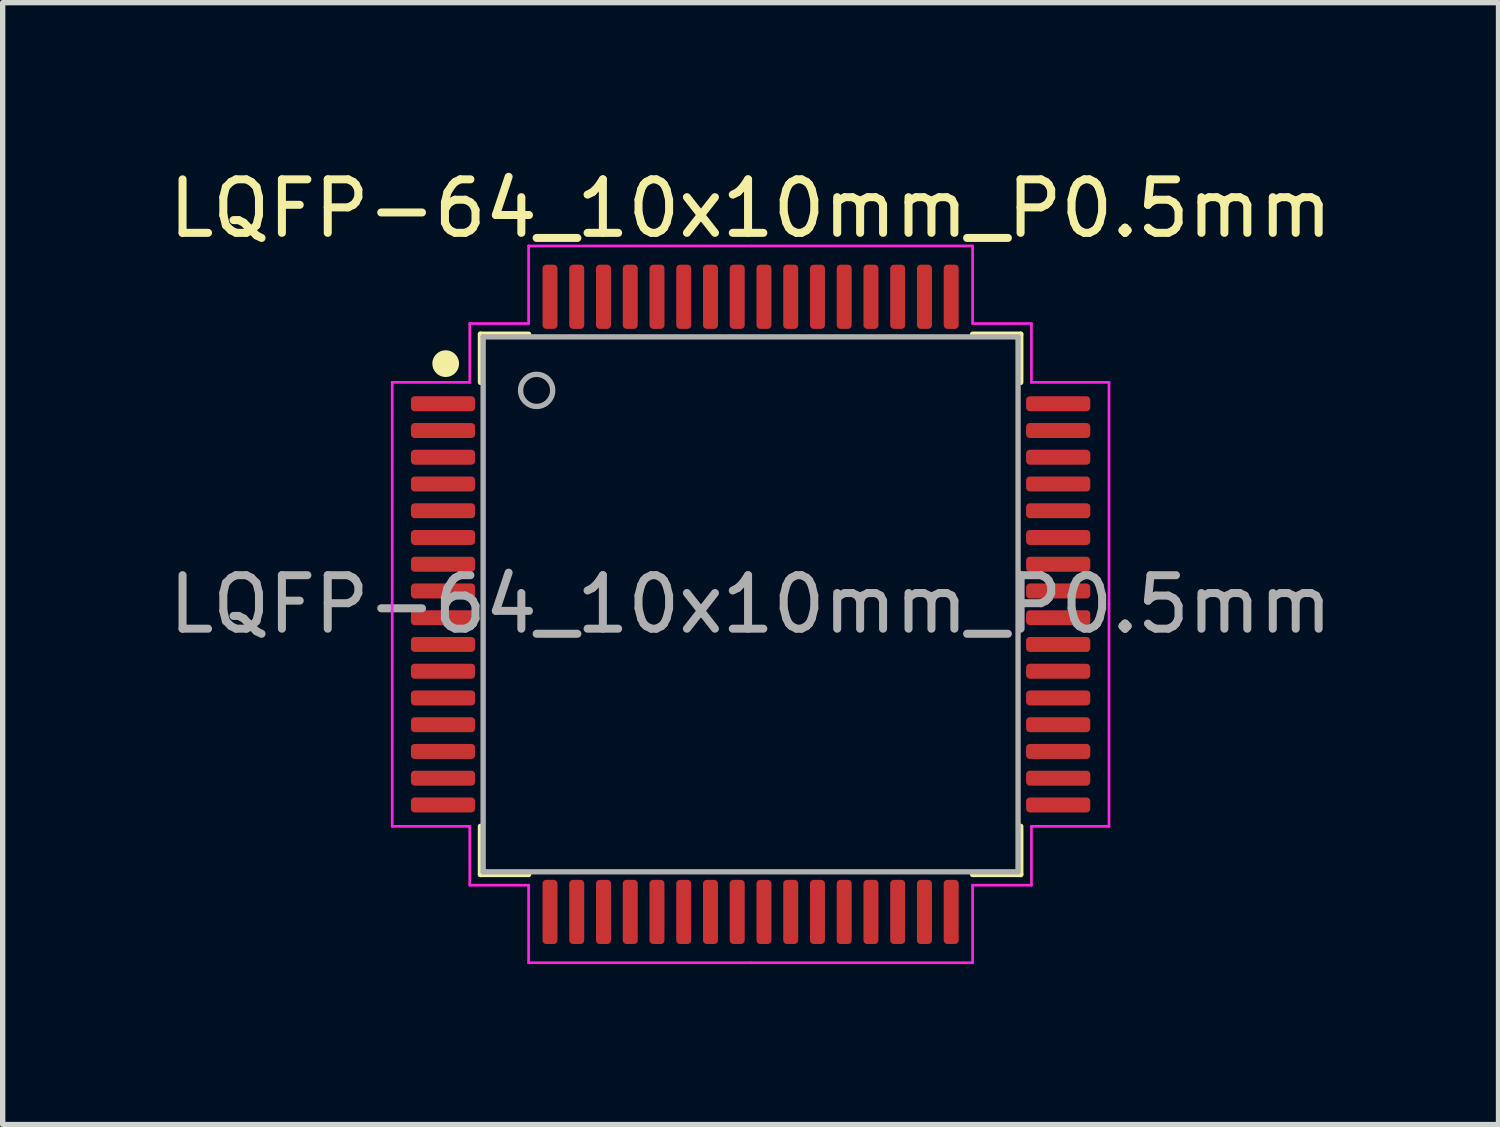
<source format=kicad_pcb>
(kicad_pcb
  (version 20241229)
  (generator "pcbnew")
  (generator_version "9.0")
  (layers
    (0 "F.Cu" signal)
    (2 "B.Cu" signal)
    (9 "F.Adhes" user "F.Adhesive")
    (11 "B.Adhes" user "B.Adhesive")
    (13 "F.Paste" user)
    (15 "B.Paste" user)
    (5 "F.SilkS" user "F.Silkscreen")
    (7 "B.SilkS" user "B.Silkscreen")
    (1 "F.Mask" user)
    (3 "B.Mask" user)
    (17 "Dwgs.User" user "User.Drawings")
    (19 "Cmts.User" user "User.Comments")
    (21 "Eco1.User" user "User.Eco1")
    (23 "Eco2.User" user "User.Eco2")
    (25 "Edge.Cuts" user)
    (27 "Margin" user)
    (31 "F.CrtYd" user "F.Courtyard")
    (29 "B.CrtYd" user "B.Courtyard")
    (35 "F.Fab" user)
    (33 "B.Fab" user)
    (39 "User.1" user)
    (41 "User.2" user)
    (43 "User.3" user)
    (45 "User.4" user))
  (footprint "LQFP-64_10x10mm_P0.5mm"
    (layer "F.Cu")
    (at 10.982 8.248)
    (property "Reference" "LQFP-64_10x10mm_P0.5mm" (at 0 -7.4 0) (layer "F.SilkS") (effects (font (size 1 1) (thickness 0.15))))
    (attr smd)
    (fp_line (start -5.05 -5.05) (end -5.05 -4.15) (stroke (width 0.1) (type default)) (layer "F.SilkS"))
    (fp_line (start -5.05 -5.05) (end -4.15 -5.05) (stroke (width 0.1) (type default)) (layer "F.SilkS"))
    (fp_line (start -5.05 5.05) (end -5.05 4.15) (stroke (width 0.1) (type default)) (layer "F.SilkS"))
    (fp_line (start -5.05 5.05) (end -4.15 5.05) (stroke (width 0.1) (type default)) (layer "F.SilkS"))
    (fp_line (start 5.05 -5.05) (end 4.15 -5.05) (stroke (width 0.1) (type default)) (layer "F.SilkS"))
    (fp_line (start 5.05 -5.05) (end 5.05 -4.15) (stroke (width 0.1) (type default)) (layer "F.SilkS"))
    (fp_line (start 5.05 5.05) (end 4.15 5.05) (stroke (width 0.1) (type default)) (layer "F.SilkS"))
    (fp_line (start 5.05 5.05) (end 5.05 4.15) (stroke (width 0.1) (type default)) (layer "F.SilkS"))
    (fp_circle (center -5.7 -4.5) (end -5.5 -4.5) (stroke (width 0.1) (type solid)) (fill yes) (layer "F.SilkS"))
    (fp_line (start -6.7 -4.15) (end -6.7 0) (stroke (width 0.05) (type solid)) (layer "F.CrtYd"))
    (fp_line (start -6.7 4.15) (end -6.7 0) (stroke (width 0.05) (type solid)) (layer "F.CrtYd"))
    (fp_line (start -5.25 -5.25) (end -5.25 -4.15) (stroke (width 0.05) (type solid)) (layer "F.CrtYd"))
    (fp_line (start -5.25 -4.15) (end -6.7 -4.15) (stroke (width 0.05) (type solid)) (layer "F.CrtYd"))
    (fp_line (start -5.25 4.15) (end -6.7 4.15) (stroke (width 0.05) (type solid)) (layer "F.CrtYd"))
    (fp_line (start -5.25 5.25) (end -5.25 4.15) (stroke (width 0.05) (type solid)) (layer "F.CrtYd"))
    (fp_line (start -4.15 -6.7) (end -4.15 -5.25) (stroke (width 0.05) (type solid)) (layer "F.CrtYd"))
    (fp_line (start -4.15 -5.25) (end -5.25 -5.25) (stroke (width 0.05) (type solid)) (layer "F.CrtYd"))
    (fp_line (start -4.15 5.25) (end -5.25 5.25) (stroke (width 0.05) (type solid)) (layer "F.CrtYd"))
    (fp_line (start -4.15 6.7) (end -4.15 5.25) (stroke (width 0.05) (type solid)) (layer "F.CrtYd"))
    (fp_line (start 0 -6.7) (end -4.15 -6.7) (stroke (width 0.05) (type solid)) (layer "F.CrtYd"))
    (fp_line (start 0 -6.7) (end 4.15 -6.7) (stroke (width 0.05) (type solid)) (layer "F.CrtYd"))
    (fp_line (start 0 6.7) (end -4.15 6.7) (stroke (width 0.05) (type solid)) (layer "F.CrtYd"))
    (fp_line (start 0 6.7) (end 4.15 6.7) (stroke (width 0.05) (type solid)) (layer "F.CrtYd"))
    (fp_line (start 4.15 -6.7) (end 4.15 -5.25) (stroke (width 0.05) (type solid)) (layer "F.CrtYd"))
    (fp_line (start 4.15 -5.25) (end 5.25 -5.25) (stroke (width 0.05) (type solid)) (layer "F.CrtYd"))
    (fp_line (start 4.15 5.25) (end 5.25 5.25) (stroke (width 0.05) (type solid)) (layer "F.CrtYd"))
    (fp_line (start 4.15 6.7) (end 4.15 5.25) (stroke (width 0.05) (type solid)) (layer "F.CrtYd"))
    (fp_line (start 5.25 -5.25) (end 5.25 -4.15) (stroke (width 0.05) (type solid)) (layer "F.CrtYd"))
    (fp_line (start 5.25 -4.15) (end 6.7 -4.15) (stroke (width 0.05) (type solid)) (layer "F.CrtYd"))
    (fp_line (start 5.25 4.15) (end 6.7 4.15) (stroke (width 0.05) (type solid)) (layer "F.CrtYd"))
    (fp_line (start 5.25 5.25) (end 5.25 4.15) (stroke (width 0.05) (type solid)) (layer "F.CrtYd"))
    (fp_line (start 6.7 -4.15) (end 6.7 0) (stroke (width 0.05) (type solid)) (layer "F.CrtYd"))
    (fp_line (start 6.7 4.15) (end 6.7 0) (stroke (width 0.05) (type solid)) (layer "F.CrtYd"))
    (fp_line (start -5 -5) (end 5 -5) (stroke (width 0.1) (type solid)) (layer "F.Fab"))
    (fp_line (start -5 5) (end -5 -5) (stroke (width 0.1) (type solid)) (layer "F.Fab"))
    (fp_line (start 5 -5) (end 5 5) (stroke (width 0.1) (type solid)) (layer "F.Fab"))
    (fp_line (start 5 5) (end -5 5) (stroke (width 0.1) (type solid)) (layer "F.Fab"))
    (fp_circle (center -4 -4) (end -3.7 -4) (stroke (width 0.1) (type solid)) (fill no) (layer "F.Fab"))
    (fp_text user "${REFERENCE}" (at 0 0 0) (layer "F.Fab") (effects (font (size 1 1) (thickness 0.15))))
    (pad "1" smd roundrect (at -5.75 -3.75) (size 1.2 0.28) (layers "F.Cu" "F.Mask" "F.Paste") (roundrect_rratio 0.25))
    (pad "2" smd roundrect (at -5.75 -3.25) (size 1.2 0.28) (layers "F.Cu" "F.Mask" "F.Paste") (roundrect_rratio 0.25))
    (pad "3" smd roundrect (at -5.75 -2.75) (size 1.2 0.28) (layers "F.Cu" "F.Mask" "F.Paste") (roundrect_rratio 0.25))
    (pad "4" smd roundrect (at -5.75 -2.25) (size 1.2 0.28) (layers "F.Cu" "F.Mask" "F.Paste") (roundrect_rratio 0.25))
    (pad "5" smd roundrect (at -5.75 -1.75) (size 1.2 0.28) (layers "F.Cu" "F.Mask" "F.Paste") (roundrect_rratio 0.25))
    (pad "6" smd roundrect (at -5.75 -1.25) (size 1.2 0.28) (layers "F.Cu" "F.Mask" "F.Paste") (roundrect_rratio 0.25))
    (pad "7" smd roundrect (at -5.75 -0.75) (size 1.2 0.28) (layers "F.Cu" "F.Mask" "F.Paste") (roundrect_rratio 0.25))
    (pad "8" smd roundrect (at -5.75 -0.25) (size 1.2 0.28) (layers "F.Cu" "F.Mask" "F.Paste") (roundrect_rratio 0.25))
    (pad "9" smd roundrect (at -5.75 0.25) (size 1.2 0.28) (layers "F.Cu" "F.Mask" "F.Paste") (roundrect_rratio 0.25))
    (pad "10" smd roundrect (at -5.75 0.75) (size 1.2 0.28) (layers "F.Cu" "F.Mask" "F.Paste") (roundrect_rratio 0.25))
    (pad "11" smd roundrect (at -5.75 1.25) (size 1.2 0.28) (layers "F.Cu" "F.Mask" "F.Paste") (roundrect_rratio 0.25))
    (pad "12" smd roundrect (at -5.75 1.75) (size 1.2 0.28) (layers "F.Cu" "F.Mask" "F.Paste") (roundrect_rratio 0.25))
    (pad "13" smd roundrect (at -5.75 2.25) (size 1.2 0.28) (layers "F.Cu" "F.Mask" "F.Paste") (roundrect_rratio 0.25))
    (pad "14" smd roundrect (at -5.75 2.75) (size 1.2 0.28) (layers "F.Cu" "F.Mask" "F.Paste") (roundrect_rratio 0.25))
    (pad "15" smd roundrect (at -5.75 3.25) (size 1.2 0.28) (layers "F.Cu" "F.Mask" "F.Paste") (roundrect_rratio 0.25))
    (pad "16" smd roundrect (at -5.75 3.75) (size 1.2 0.28) (layers "F.Cu" "F.Mask" "F.Paste") (roundrect_rratio 0.25))
    (pad "17" smd roundrect (at -3.75 5.75) (size 0.28 1.2) (layers "F.Cu" "F.Mask" "F.Paste") (roundrect_rratio 0.25))
    (pad "18" smd roundrect (at -3.25 5.75) (size 0.28 1.2) (layers "F.Cu" "F.Mask" "F.Paste") (roundrect_rratio 0.25))
    (pad "19" smd roundrect (at -2.75 5.75) (size 0.28 1.2) (layers "F.Cu" "F.Mask" "F.Paste") (roundrect_rratio 0.25))
    (pad "20" smd roundrect (at -2.25 5.75) (size 0.28 1.2) (layers "F.Cu" "F.Mask" "F.Paste") (roundrect_rratio 0.25))
    (pad "21" smd roundrect (at -1.75 5.75) (size 0.28 1.2) (layers "F.Cu" "F.Mask" "F.Paste") (roundrect_rratio 0.25))
    (pad "22" smd roundrect (at -1.25 5.75) (size 0.28 1.2) (layers "F.Cu" "F.Mask" "F.Paste") (roundrect_rratio 0.25))
    (pad "23" smd roundrect (at -0.75 5.75) (size 0.28 1.2) (layers "F.Cu" "F.Mask" "F.Paste") (roundrect_rratio 0.25))
    (pad "24" smd roundrect (at -0.25 5.75) (size 0.28 1.2) (layers "F.Cu" "F.Mask" "F.Paste") (roundrect_rratio 0.25))
    (pad "25" smd roundrect (at 0.25 5.75) (size 0.28 1.2) (layers "F.Cu" "F.Mask" "F.Paste") (roundrect_rratio 0.25))
    (pad "26" smd roundrect (at 0.75 5.75) (size 0.28 1.2) (layers "F.Cu" "F.Mask" "F.Paste") (roundrect_rratio 0.25))
    (pad "27" smd roundrect (at 1.25 5.75) (size 0.28 1.2) (layers "F.Cu" "F.Mask" "F.Paste") (roundrect_rratio 0.25))
    (pad "28" smd roundrect (at 1.75 5.75) (size 0.28 1.2) (layers "F.Cu" "F.Mask" "F.Paste") (roundrect_rratio 0.25))
    (pad "29" smd roundrect (at 2.25 5.75) (size 0.28 1.2) (layers "F.Cu" "F.Mask" "F.Paste") (roundrect_rratio 0.25))
    (pad "30" smd roundrect (at 2.75 5.75) (size 0.28 1.2) (layers "F.Cu" "F.Mask" "F.Paste") (roundrect_rratio 0.25))
    (pad "31" smd roundrect (at 3.25 5.75) (size 0.28 1.2) (layers "F.Cu" "F.Mask" "F.Paste") (roundrect_rratio 0.25))
    (pad "32" smd roundrect (at 3.75 5.75) (size 0.28 1.2) (layers "F.Cu" "F.Mask" "F.Paste") (roundrect_rratio 0.25))
    (pad "33" smd roundrect (at 5.75 3.75) (size 1.2 0.28) (layers "F.Cu" "F.Mask" "F.Paste") (roundrect_rratio 0.25))
    (pad "34" smd roundrect (at 5.75 3.25) (size 1.2 0.28) (layers "F.Cu" "F.Mask" "F.Paste") (roundrect_rratio 0.25))
    (pad "35" smd roundrect (at 5.75 2.75) (size 1.2 0.28) (layers "F.Cu" "F.Mask" "F.Paste") (roundrect_rratio 0.25))
    (pad "36" smd roundrect (at 5.75 2.25) (size 1.2 0.28) (layers "F.Cu" "F.Mask" "F.Paste") (roundrect_rratio 0.25))
    (pad "37" smd roundrect (at 5.75 1.75) (size 1.2 0.28) (layers "F.Cu" "F.Mask" "F.Paste") (roundrect_rratio 0.25))
    (pad "38" smd roundrect (at 5.75 1.25) (size 1.2 0.28) (layers "F.Cu" "F.Mask" "F.Paste") (roundrect_rratio 0.25))
    (pad "39" smd roundrect (at 5.75 0.75) (size 1.2 0.28) (layers "F.Cu" "F.Mask" "F.Paste") (roundrect_rratio 0.25))
    (pad "40" smd roundrect (at 5.75 0.25) (size 1.2 0.28) (layers "F.Cu" "F.Mask" "F.Paste") (roundrect_rratio 0.25))
    (pad "41" smd roundrect (at 5.75 -0.25) (size 1.2 0.28) (layers "F.Cu" "F.Mask" "F.Paste") (roundrect_rratio 0.25))
    (pad "42" smd roundrect (at 5.75 -0.75) (size 1.2 0.28) (layers "F.Cu" "F.Mask" "F.Paste") (roundrect_rratio 0.25))
    (pad "43" smd roundrect (at 5.75 -1.25) (size 1.2 0.28) (layers "F.Cu" "F.Mask" "F.Paste") (roundrect_rratio 0.25))
    (pad "44" smd roundrect (at 5.75 -1.75) (size 1.2 0.28) (layers "F.Cu" "F.Mask" "F.Paste") (roundrect_rratio 0.25))
    (pad "45" smd roundrect (at 5.75 -2.25) (size 1.2 0.28) (layers "F.Cu" "F.Mask" "F.Paste") (roundrect_rratio 0.25))
    (pad "46" smd roundrect (at 5.75 -2.75) (size 1.2 0.28) (layers "F.Cu" "F.Mask" "F.Paste") (roundrect_rratio 0.25))
    (pad "47" smd roundrect (at 5.75 -3.25) (size 1.2 0.28) (layers "F.Cu" "F.Mask" "F.Paste") (roundrect_rratio 0.25))
    (pad "48" smd roundrect (at 5.75 -3.75) (size 1.2 0.28) (layers "F.Cu" "F.Mask" "F.Paste") (roundrect_rratio 0.25))
    (pad "49" smd roundrect (at 3.75 -5.75) (size 0.28 1.2) (layers "F.Cu" "F.Mask" "F.Paste") (roundrect_rratio 0.25))
    (pad "50" smd roundrect (at 3.25 -5.75) (size 0.28 1.2) (layers "F.Cu" "F.Mask" "F.Paste") (roundrect_rratio 0.25))
    (pad "51" smd roundrect (at 2.75 -5.75) (size 0.28 1.2) (layers "F.Cu" "F.Mask" "F.Paste") (roundrect_rratio 0.25))
    (pad "52" smd roundrect (at 2.25 -5.75) (size 0.28 1.2) (layers "F.Cu" "F.Mask" "F.Paste") (roundrect_rratio 0.25))
    (pad "53" smd roundrect (at 1.75 -5.75) (size 0.28 1.2) (layers "F.Cu" "F.Mask" "F.Paste") (roundrect_rratio 0.25))
    (pad "54" smd roundrect (at 1.25 -5.75) (size 0.28 1.2) (layers "F.Cu" "F.Mask" "F.Paste") (roundrect_rratio 0.25))
    (pad "55" smd roundrect (at 0.75 -5.75) (size 0.28 1.2) (layers "F.Cu" "F.Mask" "F.Paste") (roundrect_rratio 0.25))
    (pad "56" smd roundrect (at 0.25 -5.75) (size 0.28 1.2) (layers "F.Cu" "F.Mask" "F.Paste") (roundrect_rratio 0.25))
    (pad "57" smd roundrect (at -0.25 -5.75) (size 0.28 1.2) (layers "F.Cu" "F.Mask" "F.Paste") (roundrect_rratio 0.25))
    (pad "58" smd roundrect (at -0.75 -5.75) (size 0.28 1.2) (layers "F.Cu" "F.Mask" "F.Paste") (roundrect_rratio 0.25))
    (pad "59" smd roundrect (at -1.25 -5.75) (size 0.28 1.2) (layers "F.Cu" "F.Mask" "F.Paste") (roundrect_rratio 0.25))
    (pad "60" smd roundrect (at -1.75 -5.75) (size 0.28 1.2) (layers "F.Cu" "F.Mask" "F.Paste") (roundrect_rratio 0.25))
    (pad "61" smd roundrect (at -2.25 -5.75) (size 0.28 1.2) (layers "F.Cu" "F.Mask" "F.Paste") (roundrect_rratio 0.25))
    (pad "62" smd roundrect (at -2.75 -5.75) (size 0.28 1.2) (layers "F.Cu" "F.Mask" "F.Paste") (roundrect_rratio 0.25))
    (pad "63" smd roundrect (at -3.25 -5.75) (size 0.28 1.2) (layers "F.Cu" "F.Mask" "F.Paste") (roundrect_rratio 0.25))
    (pad "64" smd roundrect (at -3.75 -5.75) (size 0.28 1.2) (layers "F.Cu" "F.Mask" "F.Paste") (roundrect_rratio 0.25)))
  (gr_rect
    (start -3 -3)
    (end 24.964 17.973)
    (stroke (width 0.1) (type default))
    (fill no)
    (layer "Edge.Cuts")))
</source>
